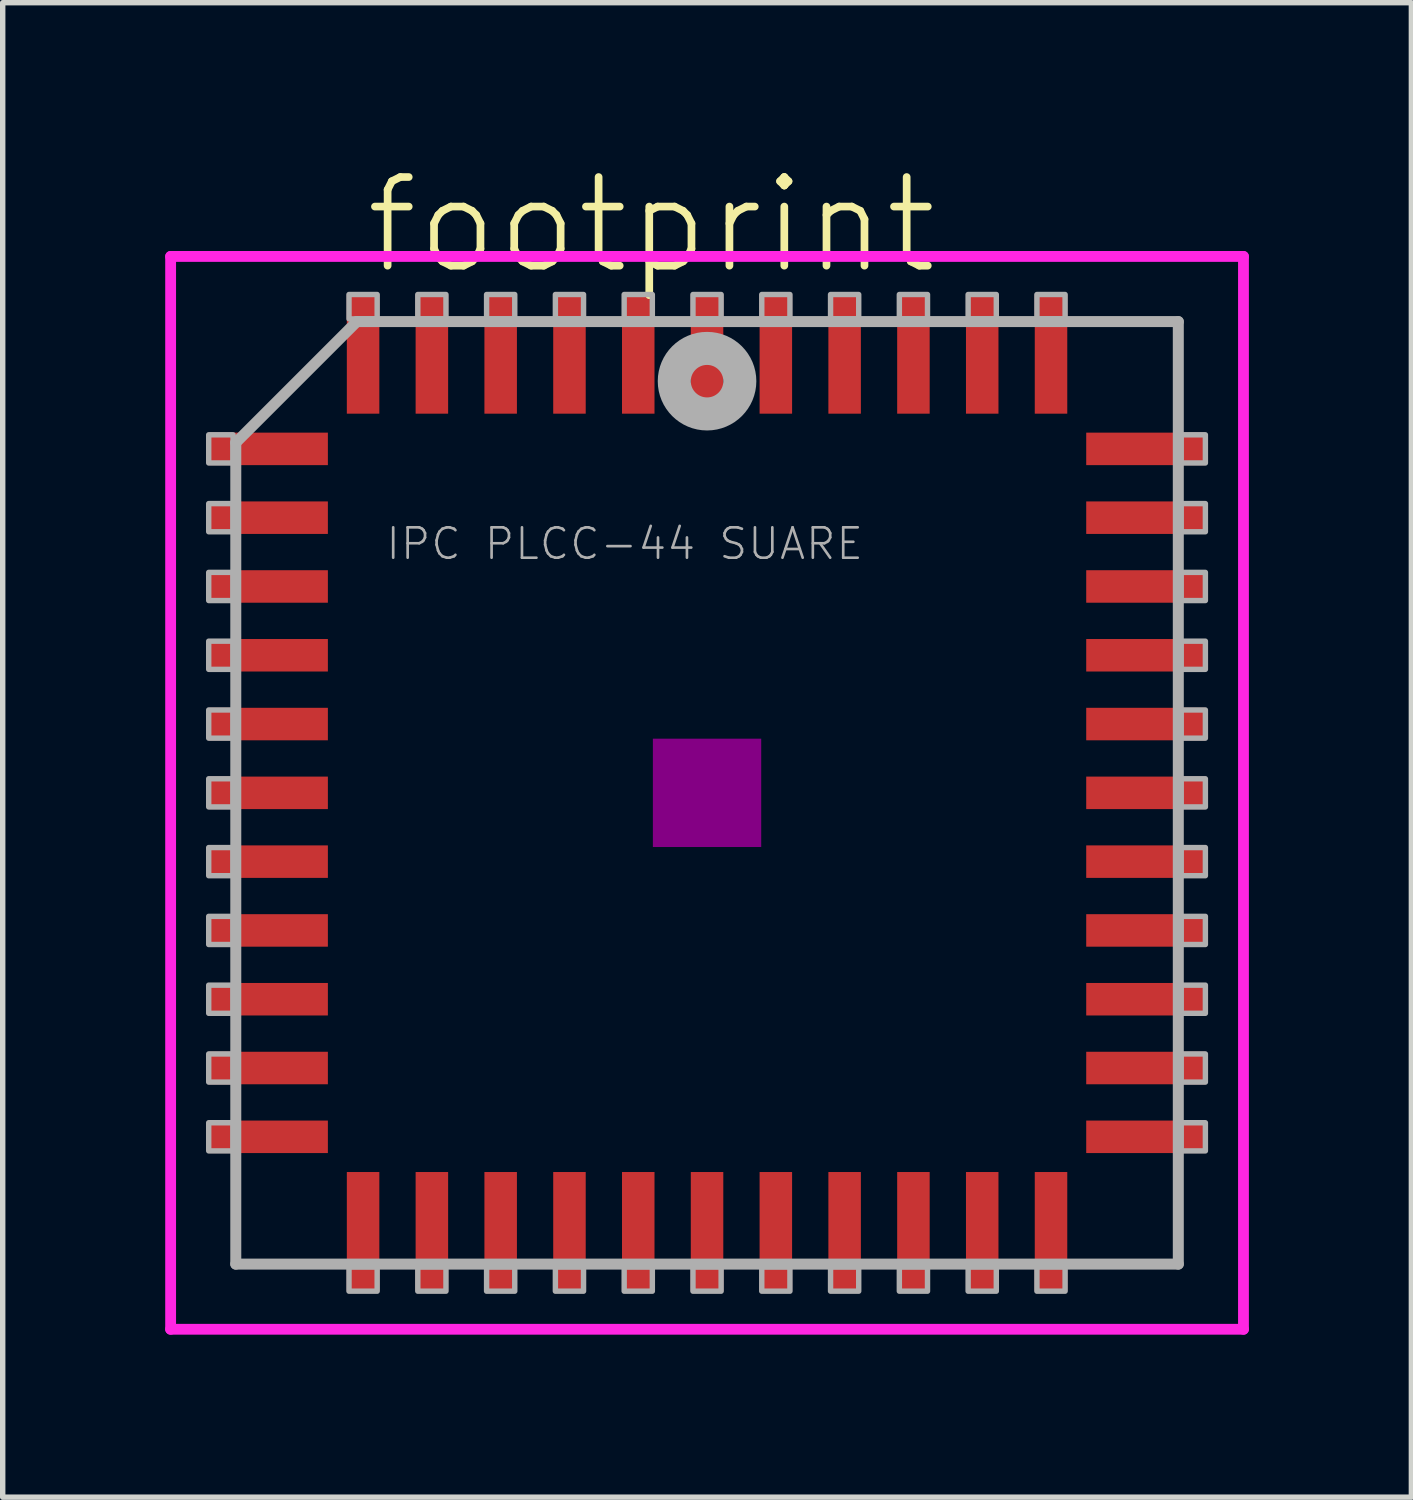
<source format=kicad_pcb>
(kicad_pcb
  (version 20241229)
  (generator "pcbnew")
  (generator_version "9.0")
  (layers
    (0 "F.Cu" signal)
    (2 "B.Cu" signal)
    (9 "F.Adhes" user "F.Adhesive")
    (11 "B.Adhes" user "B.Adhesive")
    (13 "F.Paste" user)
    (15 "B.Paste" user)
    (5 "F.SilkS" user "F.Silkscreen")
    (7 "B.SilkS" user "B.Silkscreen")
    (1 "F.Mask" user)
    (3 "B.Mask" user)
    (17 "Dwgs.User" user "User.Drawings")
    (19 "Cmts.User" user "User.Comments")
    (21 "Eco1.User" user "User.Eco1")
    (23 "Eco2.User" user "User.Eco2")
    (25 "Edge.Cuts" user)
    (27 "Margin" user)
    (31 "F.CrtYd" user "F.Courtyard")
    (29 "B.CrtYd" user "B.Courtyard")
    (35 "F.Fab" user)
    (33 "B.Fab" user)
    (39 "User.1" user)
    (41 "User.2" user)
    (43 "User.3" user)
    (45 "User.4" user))
  (footprint "footprint"
    (layer "F.Cu")
    (at 10.003 11.587)
    (property "Reference" "footprint" (at -6.38 -9.525 0) (layer "F.SilkS") (effects (font (size 1.636 1.636) (thickness 0.142)) (justify left bottom)))
    (fp_poly (pts (xy -1 1) (xy 1 1) (xy 1 -1) (xy -1 -1)) (stroke (width 0) (type solid)) (fill yes) (layer "F.Adhes"))
    (fp_line (start -9.903 -9.903) (end 9.903 -9.903) (stroke (width 0.2) (type solid)) (layer "F.CrtYd"))
    (fp_line (start -9.903 9.903) (end -9.903 -9.903) (stroke (width 0.2) (type solid)) (layer "F.CrtYd"))
    (fp_line (start 9.903 -9.903) (end 9.903 9.903) (stroke (width 0.2) (type solid)) (layer "F.CrtYd"))
    (fp_line (start 9.903 9.903) (end -9.903 9.903) (stroke (width 0.2) (type solid)) (layer "F.CrtYd"))
    (fp_line (start -8.7 -6.465) (end -8.7 8.7) (stroke (width 0.203) (type solid)) (layer "F.Fab"))
    (fp_line (start -8.7 8.7) (end 8.7 8.7) (stroke (width 0.203) (type solid)) (layer "F.Fab"))
    (fp_line (start -6.465 -8.7) (end -8.7 -6.465) (stroke (width 0.203) (type solid)) (layer "F.Fab"))
    (fp_line (start 8.7 -8.7) (end -6.465 -8.7) (stroke (width 0.203) (type solid)) (layer "F.Fab"))
    (fp_line (start 8.7 8.7) (end 8.7 -8.7) (stroke (width 0.203) (type solid)) (layer "F.Fab"))
    (fp_circle (center 0 -7.6) (end 0.3 -7.6) (stroke (width 0.61) (type solid)) (fill no) (layer "F.Fab"))
    (fp_poly (pts (xy -9.2 -6.09) (xy -8.75 -6.09) (xy -8.75 -6.61) (xy -9.2 -6.61)) (stroke (width 0.1) (type solid)) (fill no) (layer "F.Fab"))
    (fp_poly (pts (xy -9.2 -4.82) (xy -8.75 -4.82) (xy -8.75 -5.34) (xy -9.2 -5.34)) (stroke (width 0.1) (type solid)) (fill no) (layer "F.Fab"))
    (fp_poly (pts (xy -9.2 -3.55) (xy -8.75 -3.55) (xy -8.75 -4.07) (xy -9.2 -4.07)) (stroke (width 0.1) (type solid)) (fill no) (layer "F.Fab"))
    (fp_poly (pts (xy -9.2 -2.28) (xy -8.75 -2.28) (xy -8.75 -2.8) (xy -9.2 -2.8)) (stroke (width 0.1) (type solid)) (fill no) (layer "F.Fab"))
    (fp_poly (pts (xy -9.2 -1.01) (xy -8.75 -1.01) (xy -8.75 -1.53) (xy -9.2 -1.53)) (stroke (width 0.1) (type solid)) (fill no) (layer "F.Fab"))
    (fp_poly (pts (xy -9.2 0.26) (xy -8.75 0.26) (xy -8.75 -0.26) (xy -9.2 -0.26)) (stroke (width 0.1) (type solid)) (fill no) (layer "F.Fab"))
    (fp_poly (pts (xy -9.2 1.53) (xy -8.75 1.53) (xy -8.75 1.01) (xy -9.2 1.01)) (stroke (width 0.1) (type solid)) (fill no) (layer "F.Fab"))
    (fp_poly (pts (xy -9.2 2.8) (xy -8.75 2.8) (xy -8.75 2.28) (xy -9.2 2.28)) (stroke (width 0.1) (type solid)) (fill no) (layer "F.Fab"))
    (fp_poly (pts (xy -9.2 4.07) (xy -8.75 4.07) (xy -8.75 3.55) (xy -9.2 3.55)) (stroke (width 0.1) (type solid)) (fill no) (layer "F.Fab"))
    (fp_poly (pts (xy -9.2 5.34) (xy -8.75 5.34) (xy -8.75 4.82) (xy -9.2 4.82)) (stroke (width 0.1) (type solid)) (fill no) (layer "F.Fab"))
    (fp_poly (pts (xy -9.2 6.61) (xy -8.75 6.61) (xy -8.75 6.09) (xy -9.2 6.09)) (stroke (width 0.1) (type solid)) (fill no) (layer "F.Fab"))
    (fp_poly (pts (xy -6.61 -8.75) (xy -6.09 -8.75) (xy -6.09 -9.2) (xy -6.61 -9.2)) (stroke (width 0.1) (type solid)) (fill no) (layer "F.Fab"))
    (fp_poly (pts (xy -6.61 9.2) (xy -6.09 9.2) (xy -6.09 8.75) (xy -6.61 8.75)) (stroke (width 0.1) (type solid)) (fill no) (layer "F.Fab"))
    (fp_poly (pts (xy -5.34 -8.75) (xy -4.82 -8.75) (xy -4.82 -9.2) (xy -5.34 -9.2)) (stroke (width 0.1) (type solid)) (fill no) (layer "F.Fab"))
    (fp_poly (pts (xy -5.34 9.2) (xy -4.82 9.2) (xy -4.82 8.75) (xy -5.34 8.75)) (stroke (width 0.1) (type solid)) (fill no) (layer "F.Fab"))
    (fp_poly (pts (xy -4.07 -8.75) (xy -3.55 -8.75) (xy -3.55 -9.2) (xy -4.07 -9.2)) (stroke (width 0.1) (type solid)) (fill no) (layer "F.Fab"))
    (fp_poly (pts (xy -4.07 9.2) (xy -3.55 9.2) (xy -3.55 8.75) (xy -4.07 8.75)) (stroke (width 0.1) (type solid)) (fill no) (layer "F.Fab"))
    (fp_poly (pts (xy -2.8 -8.75) (xy -2.28 -8.75) (xy -2.28 -9.2) (xy -2.8 -9.2)) (stroke (width 0.1) (type solid)) (fill no) (layer "F.Fab"))
    (fp_poly (pts (xy -2.8 9.2) (xy -2.28 9.2) (xy -2.28 8.75) (xy -2.8 8.75)) (stroke (width 0.1) (type solid)) (fill no) (layer "F.Fab"))
    (fp_poly (pts (xy -1.53 -8.75) (xy -1.01 -8.75) (xy -1.01 -9.2) (xy -1.53 -9.2)) (stroke (width 0.1) (type solid)) (fill no) (layer "F.Fab"))
    (fp_poly (pts (xy -1.53 9.2) (xy -1.01 9.2) (xy -1.01 8.75) (xy -1.53 8.75)) (stroke (width 0.1) (type solid)) (fill no) (layer "F.Fab"))
    (fp_poly (pts (xy -0.26 -8.75) (xy 0.26 -8.75) (xy 0.26 -9.2) (xy -0.26 -9.2)) (stroke (width 0.1) (type solid)) (fill no) (layer "F.Fab"))
    (fp_poly (pts (xy -0.26 9.2) (xy 0.26 9.2) (xy 0.26 8.75) (xy -0.26 8.75)) (stroke (width 0.1) (type solid)) (fill no) (layer "F.Fab"))
    (fp_poly (pts (xy 1.01 -8.75) (xy 1.53 -8.75) (xy 1.53 -9.2) (xy 1.01 -9.2)) (stroke (width 0.1) (type solid)) (fill no) (layer "F.Fab"))
    (fp_poly (pts (xy 1.01 9.2) (xy 1.53 9.2) (xy 1.53 8.75) (xy 1.01 8.75)) (stroke (width 0.1) (type solid)) (fill no) (layer "F.Fab"))
    (fp_poly (pts (xy 2.28 -8.75) (xy 2.8 -8.75) (xy 2.8 -9.2) (xy 2.28 -9.2)) (stroke (width 0.1) (type solid)) (fill no) (layer "F.Fab"))
    (fp_poly (pts (xy 2.28 9.2) (xy 2.8 9.2) (xy 2.8 8.75) (xy 2.28 8.75)) (stroke (width 0.1) (type solid)) (fill no) (layer "F.Fab"))
    (fp_poly (pts (xy 3.55 -8.75) (xy 4.07 -8.75) (xy 4.07 -9.2) (xy 3.55 -9.2)) (stroke (width 0.1) (type solid)) (fill no) (layer "F.Fab"))
    (fp_poly (pts (xy 3.55 9.2) (xy 4.07 9.2) (xy 4.07 8.75) (xy 3.55 8.75)) (stroke (width 0.1) (type solid)) (fill no) (layer "F.Fab"))
    (fp_poly (pts (xy 4.82 -8.75) (xy 5.34 -8.75) (xy 5.34 -9.2) (xy 4.82 -9.2)) (stroke (width 0.1) (type solid)) (fill no) (layer "F.Fab"))
    (fp_poly (pts (xy 4.82 9.2) (xy 5.34 9.2) (xy 5.34 8.75) (xy 4.82 8.75)) (stroke (width 0.1) (type solid)) (fill no) (layer "F.Fab"))
    (fp_poly (pts (xy 6.09 -8.75) (xy 6.61 -8.75) (xy 6.61 -9.2) (xy 6.09 -9.2)) (stroke (width 0.1) (type solid)) (fill no) (layer "F.Fab"))
    (fp_poly (pts (xy 6.09 9.2) (xy 6.61 9.2) (xy 6.61 8.75) (xy 6.09 8.75)) (stroke (width 0.1) (type solid)) (fill no) (layer "F.Fab"))
    (fp_poly (pts (xy 8.75 -6.09) (xy 9.2 -6.09) (xy 9.2 -6.61) (xy 8.75 -6.61)) (stroke (width 0.1) (type solid)) (fill no) (layer "F.Fab"))
    (fp_poly (pts (xy 8.75 -4.82) (xy 9.2 -4.82) (xy 9.2 -5.34) (xy 8.75 -5.34)) (stroke (width 0.1) (type solid)) (fill no) (layer "F.Fab"))
    (fp_poly (pts (xy 8.75 -3.55) (xy 9.2 -3.55) (xy 9.2 -4.07) (xy 8.75 -4.07)) (stroke (width 0.1) (type solid)) (fill no) (layer "F.Fab"))
    (fp_poly (pts (xy 8.75 -2.28) (xy 9.2 -2.28) (xy 9.2 -2.8) (xy 8.75 -2.8)) (stroke (width 0.1) (type solid)) (fill no) (layer "F.Fab"))
    (fp_poly (pts (xy 8.75 -1.01) (xy 9.2 -1.01) (xy 9.2 -1.53) (xy 8.75 -1.53)) (stroke (width 0.1) (type solid)) (fill no) (layer "F.Fab"))
    (fp_poly (pts (xy 8.75 0.26) (xy 9.2 0.26) (xy 9.2 -0.26) (xy 8.75 -0.26)) (stroke (width 0.1) (type solid)) (fill no) (layer "F.Fab"))
    (fp_poly (pts (xy 8.75 1.53) (xy 9.2 1.53) (xy 9.2 1.01) (xy 8.75 1.01)) (stroke (width 0.1) (type solid)) (fill no) (layer "F.Fab"))
    (fp_poly (pts (xy 8.75 2.8) (xy 9.2 2.8) (xy 9.2 2.28) (xy 8.75 2.28)) (stroke (width 0.1) (type solid)) (fill no) (layer "F.Fab"))
    (fp_poly (pts (xy 8.75 4.07) (xy 9.2 4.07) (xy 9.2 3.55) (xy 8.75 3.55)) (stroke (width 0.1) (type solid)) (fill no) (layer "F.Fab"))
    (fp_poly (pts (xy 8.75 5.34) (xy 9.2 5.34) (xy 9.2 4.82) (xy 8.75 4.82)) (stroke (width 0.1) (type solid)) (fill no) (layer "F.Fab"))
    (fp_poly (pts (xy 8.75 6.61) (xy 9.2 6.61) (xy 9.2 6.09) (xy 8.75 6.09)) (stroke (width 0.1) (type solid)) (fill no) (layer "F.Fab"))
    (fp_text user "IPC PLCC-44 SUARE" (at -5.96 -4.27 0) (layer "F.Fab") (effects (font (size 0.561 0.561) (thickness 0.049)) (justify left bottom)))
    (pad "1" smd rect (at 0 -8.1) (size 0.6 2.2) (layers "F.Cu" "F.Mask" "F.Paste"))
    (pad "2" smd rect (at -1.27 -8.1) (size 0.6 2.2) (layers "F.Cu" "F.Mask" "F.Paste"))
    (pad "3" smd rect (at -2.54 -8.1) (size 0.6 2.2) (layers "F.Cu" "F.Mask" "F.Paste"))
    (pad "4" smd rect (at -3.81 -8.1) (size 0.6 2.2) (layers "F.Cu" "F.Mask" "F.Paste"))
    (pad "5" smd rect (at -5.08 -8.1) (size 0.6 2.2) (layers "F.Cu" "F.Mask" "F.Paste"))
    (pad "6" smd rect (at -6.35 -8.1) (size 0.6 2.2) (layers "F.Cu" "F.Mask" "F.Paste"))
    (pad "7" smd rect (at -8.1 -6.35) (size 2.2 0.6) (layers "F.Cu" "F.Mask" "F.Paste"))
    (pad "8" smd rect (at -8.1 -5.08) (size 2.2 0.6) (layers "F.Cu" "F.Mask" "F.Paste"))
    (pad "9" smd rect (at -8.1 -3.81) (size 2.2 0.6) (layers "F.Cu" "F.Mask" "F.Paste"))
    (pad "10" smd rect (at -8.1 -2.54) (size 2.2 0.6) (layers "F.Cu" "F.Mask" "F.Paste"))
    (pad "11" smd rect (at -8.1 -1.27) (size 2.2 0.6) (layers "F.Cu" "F.Mask" "F.Paste"))
    (pad "12" smd rect (at -8.1 0) (size 2.2 0.6) (layers "F.Cu" "F.Mask" "F.Paste"))
    (pad "13" smd rect (at -8.1 1.27) (size 2.2 0.6) (layers "F.Cu" "F.Mask" "F.Paste"))
    (pad "14" smd rect (at -8.1 2.54) (size 2.2 0.6) (layers "F.Cu" "F.Mask" "F.Paste"))
    (pad "15" smd rect (at -8.1 3.81) (size 2.2 0.6) (layers "F.Cu" "F.Mask" "F.Paste"))
    (pad "16" smd rect (at -8.1 5.08) (size 2.2 0.6) (layers "F.Cu" "F.Mask" "F.Paste"))
    (pad "17" smd rect (at -8.1 6.35) (size 2.2 0.6) (layers "F.Cu" "F.Mask" "F.Paste"))
    (pad "18" smd rect (at -6.35 8.1) (size 0.6 2.2) (layers "F.Cu" "F.Mask" "F.Paste"))
    (pad "19" smd rect (at -5.08 8.1) (size 0.6 2.2) (layers "F.Cu" "F.Mask" "F.Paste"))
    (pad "20" smd rect (at -3.81 8.1) (size 0.6 2.2) (layers "F.Cu" "F.Mask" "F.Paste"))
    (pad "21" smd rect (at -2.54 8.1) (size 0.6 2.2) (layers "F.Cu" "F.Mask" "F.Paste"))
    (pad "22" smd rect (at -1.27 8.1) (size 0.6 2.2) (layers "F.Cu" "F.Mask" "F.Paste"))
    (pad "23" smd rect (at 0 8.1) (size 0.6 2.2) (layers "F.Cu" "F.Mask" "F.Paste"))
    (pad "24" smd rect (at 1.27 8.1) (size 0.6 2.2) (layers "F.Cu" "F.Mask" "F.Paste"))
    (pad "25" smd rect (at 2.54 8.1) (size 0.6 2.2) (layers "F.Cu" "F.Mask" "F.Paste"))
    (pad "26" smd rect (at 3.81 8.1) (size 0.6 2.2) (layers "F.Cu" "F.Mask" "F.Paste"))
    (pad "27" smd rect (at 5.08 8.1) (size 0.6 2.2) (layers "F.Cu" "F.Mask" "F.Paste"))
    (pad "28" smd rect (at 6.35 8.1) (size 0.6 2.2) (layers "F.Cu" "F.Mask" "F.Paste"))
    (pad "29" smd rect (at 8.1 6.35) (size 2.2 0.6) (layers "F.Cu" "F.Mask" "F.Paste"))
    (pad "30" smd rect (at 8.1 5.08) (size 2.2 0.6) (layers "F.Cu" "F.Mask" "F.Paste"))
    (pad "31" smd rect (at 8.1 3.81) (size 2.2 0.6) (layers "F.Cu" "F.Mask" "F.Paste"))
    (pad "32" smd rect (at 8.1 2.54) (size 2.2 0.6) (layers "F.Cu" "F.Mask" "F.Paste"))
    (pad "33" smd rect (at 8.1 1.27) (size 2.2 0.6) (layers "F.Cu" "F.Mask" "F.Paste"))
    (pad "34" smd rect (at 8.1 0) (size 2.2 0.6) (layers "F.Cu" "F.Mask" "F.Paste"))
    (pad "35" smd rect (at 8.1 -1.27) (size 2.2 0.6) (layers "F.Cu" "F.Mask" "F.Paste"))
    (pad "36" smd rect (at 8.1 -2.54) (size 2.2 0.6) (layers "F.Cu" "F.Mask" "F.Paste"))
    (pad "37" smd rect (at 8.1 -3.81) (size 2.2 0.6) (layers "F.Cu" "F.Mask" "F.Paste"))
    (pad "38" smd rect (at 8.1 -5.08) (size 2.2 0.6) (layers "F.Cu" "F.Mask" "F.Paste"))
    (pad "39" smd rect (at 8.1 -6.35) (size 2.2 0.6) (layers "F.Cu" "F.Mask" "F.Paste"))
    (pad "40" smd rect (at 6.35 -8.1) (size 0.6 2.2) (layers "F.Cu" "F.Mask" "F.Paste"))
    (pad "41" smd rect (at 5.08 -8.1) (size 0.6 2.2) (layers "F.Cu" "F.Mask" "F.Paste"))
    (pad "42" smd rect (at 3.81 -8.1) (size 0.6 2.2) (layers "F.Cu" "F.Mask" "F.Paste"))
    (pad "43" smd rect (at 2.54 -8.1) (size 0.6 2.2) (layers "F.Cu" "F.Mask" "F.Paste"))
    (pad "44" smd rect (at 1.27 -8.1) (size 0.6 2.2) (layers "F.Cu" "F.Mask" "F.Paste")))
  (gr_rect
    (start -3 -3)
    (end 23.006 24.59)
    (stroke (width 0.1) (type default))
    (fill no)
    (layer "Edge.Cuts")))
</source>
